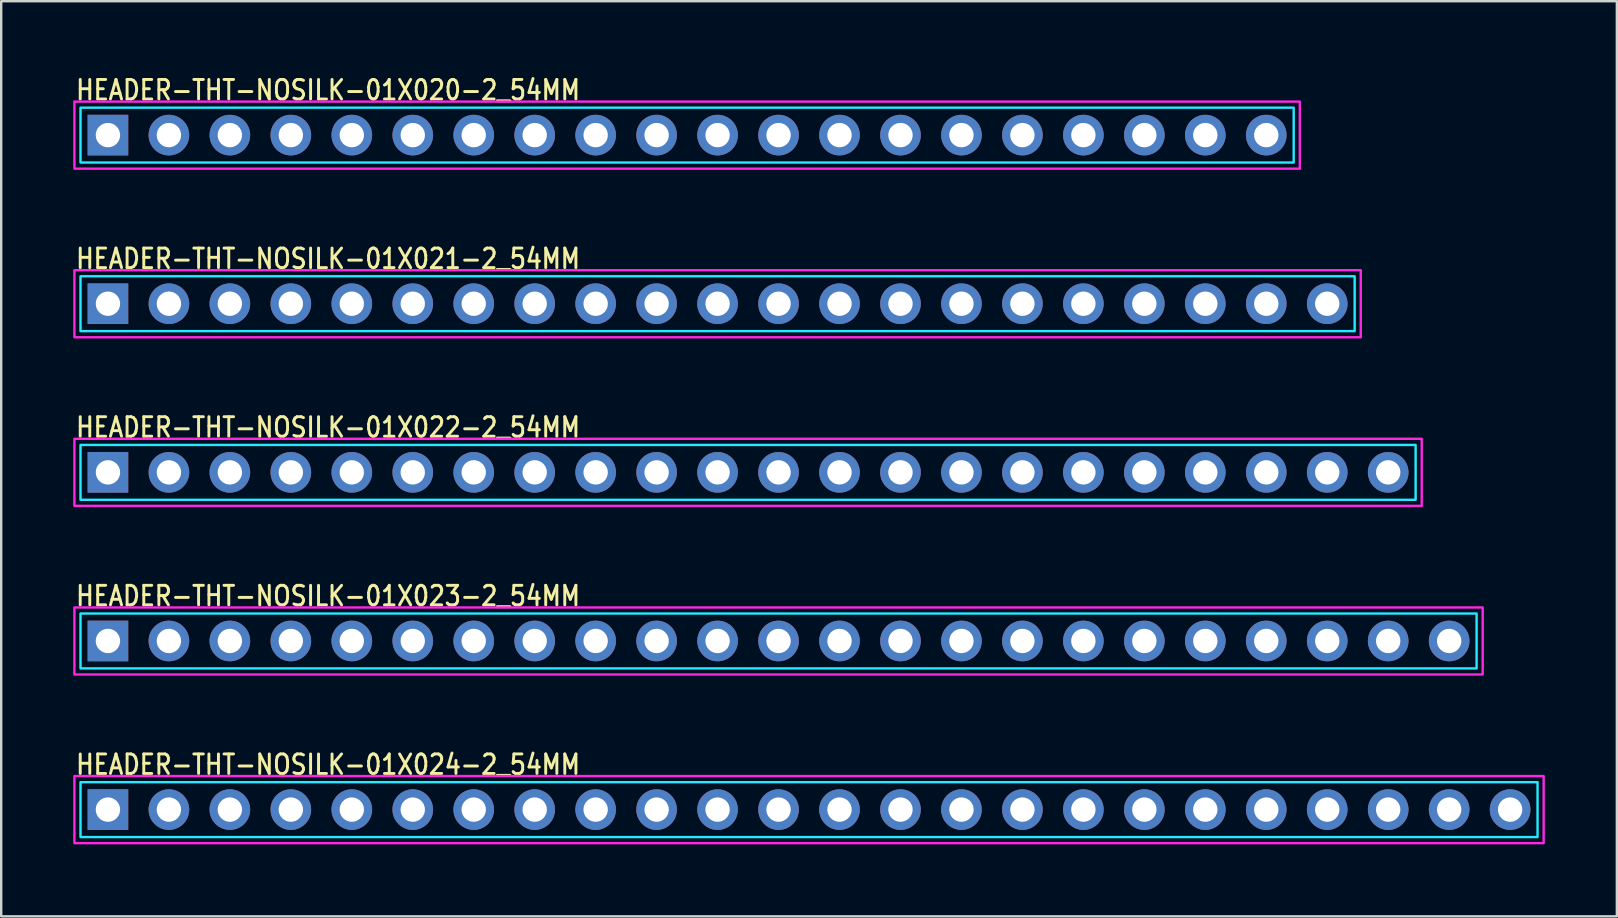
<source format=kicad_pcb>
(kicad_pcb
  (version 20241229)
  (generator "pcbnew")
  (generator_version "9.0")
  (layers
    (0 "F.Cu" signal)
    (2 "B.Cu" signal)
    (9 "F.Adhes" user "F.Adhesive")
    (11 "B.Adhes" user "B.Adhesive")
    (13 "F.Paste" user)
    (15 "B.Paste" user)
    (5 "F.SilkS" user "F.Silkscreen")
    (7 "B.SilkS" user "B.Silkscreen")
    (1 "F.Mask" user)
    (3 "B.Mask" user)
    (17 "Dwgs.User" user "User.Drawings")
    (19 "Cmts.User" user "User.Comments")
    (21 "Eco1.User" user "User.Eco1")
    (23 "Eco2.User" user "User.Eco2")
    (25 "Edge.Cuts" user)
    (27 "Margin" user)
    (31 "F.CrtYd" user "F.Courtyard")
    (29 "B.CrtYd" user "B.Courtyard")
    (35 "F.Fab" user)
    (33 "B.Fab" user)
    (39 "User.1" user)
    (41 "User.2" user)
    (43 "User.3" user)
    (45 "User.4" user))
  (footprint "HEADER-THT-NOSILK-01X023-2_54MM"
    (layer "F.Cu")
    (at 1.447 23.655)
    (property "Reference" "HEADER-THT-NOSILK-01X023-2_54MM" (at -1.4 -1.4 0) (unlocked yes) (layer "F.SilkS") (effects (font (size 0.813 0.695) (thickness 0.122)) (justify left bottom)))
    (fp_poly (pts (xy -1.143 -1.143) (xy 57.023 -1.143) (xy 57.023 1.143) (xy -1.143 1.143)) (stroke (width 0.1) (type solid)) (fill no) (layer "B.CrtYd"))
    (fp_poly (pts (xy -1.397 -1.397) (xy 57.277 -1.397) (xy 57.277 1.397) (xy -1.397 1.397)) (stroke (width 0.1) (type solid)) (fill no) (layer "F.CrtYd"))
    (pad "1" thru_hole rect (at 0 0) (size 1.693 1.693) (drill 1.016) (layers "*.Cu" "*.Mask"))
    (pad "2" thru_hole oval (at 2.54 0) (size 1.693 1.693) (drill 1.016) (layers "*.Cu" "*.Mask"))
    (pad "3" thru_hole oval (at 5.08 0) (size 1.693 1.693) (drill 1.016) (layers "*.Cu" "*.Mask"))
    (pad "4" thru_hole oval (at 7.62 0) (size 1.693 1.693) (drill 1.016) (layers "*.Cu" "*.Mask"))
    (pad "5" thru_hole oval (at 10.16 0) (size 1.693 1.693) (drill 1.016) (layers "*.Cu" "*.Mask"))
    (pad "6" thru_hole oval (at 12.7 0) (size 1.693 1.693) (drill 1.016) (layers "*.Cu" "*.Mask"))
    (pad "7" thru_hole oval (at 15.24 0) (size 1.693 1.693) (drill 1.016) (layers "*.Cu" "*.Mask"))
    (pad "8" thru_hole oval (at 17.78 0) (size 1.693 1.693) (drill 1.016) (layers "*.Cu" "*.Mask"))
    (pad "9" thru_hole oval (at 20.32 0) (size 1.693 1.693) (drill 1.016) (layers "*.Cu" "*.Mask"))
    (pad "10" thru_hole oval (at 22.86 0) (size 1.693 1.693) (drill 1.016) (layers "*.Cu" "*.Mask"))
    (pad "11" thru_hole oval (at 25.4 0) (size 1.693 1.693) (drill 1.016) (layers "*.Cu" "*.Mask"))
    (pad "12" thru_hole oval (at 27.94 0) (size 1.693 1.693) (drill 1.016) (layers "*.Cu" "*.Mask"))
    (pad "13" thru_hole oval (at 30.48 0) (size 1.693 1.693) (drill 1.016) (layers "*.Cu" "*.Mask"))
    (pad "14" thru_hole oval (at 33.02 0) (size 1.693 1.693) (drill 1.016) (layers "*.Cu" "*.Mask"))
    (pad "15" thru_hole oval (at 35.56 0) (size 1.693 1.693) (drill 1.016) (layers "*.Cu" "*.Mask"))
    (pad "16" thru_hole oval (at 38.1 0) (size 1.693 1.693) (drill 1.016) (layers "*.Cu" "*.Mask"))
    (pad "17" thru_hole oval (at 40.64 0) (size 1.693 1.693) (drill 1.016) (layers "*.Cu" "*.Mask"))
    (pad "18" thru_hole oval (at 43.18 0) (size 1.693 1.693) (drill 1.016) (layers "*.Cu" "*.Mask"))
    (pad "19" thru_hole oval (at 45.72 0) (size 1.693 1.693) (drill 1.016) (layers "*.Cu" "*.Mask"))
    (pad "20" thru_hole oval (at 48.26 0) (size 1.693 1.693) (drill 1.016) (layers "*.Cu" "*.Mask"))
    (pad "21" thru_hole oval (at 50.8 0) (size 1.693 1.693) (drill 1.016) (layers "*.Cu" "*.Mask"))
    (pad "22" thru_hole oval (at 53.34 0) (size 1.693 1.693) (drill 1.016) (layers "*.Cu" "*.Mask"))
    (pad "23" thru_hole oval (at 55.88 0) (size 1.693 1.693) (drill 1.016) (layers "*.Cu" "*.Mask")))
  (footprint "HEADER-THT-NOSILK-01X020-2_54MM"
    (layer "F.Cu")
    (at 1.447 2.579)
    (property "Reference" "HEADER-THT-NOSILK-01X020-2_54MM" (at -1.4 -1.4 0) (unlocked yes) (layer "F.SilkS") (effects (font (size 0.813 0.695) (thickness 0.122)) (justify left bottom)))
    (fp_poly (pts (xy -1.143 -1.143) (xy 49.403 -1.143) (xy 49.403 1.143) (xy -1.143 1.143)) (stroke (width 0.1) (type solid)) (fill no) (layer "B.CrtYd"))
    (fp_poly (pts (xy -1.397 -1.397) (xy 49.657 -1.397) (xy 49.657 1.397) (xy -1.397 1.397)) (stroke (width 0.1) (type solid)) (fill no) (layer "F.CrtYd"))
    (pad "1" thru_hole rect (at 0 0) (size 1.693 1.693) (drill 1.016) (layers "*.Cu" "*.Mask"))
    (pad "2" thru_hole oval (at 2.54 0) (size 1.693 1.693) (drill 1.016) (layers "*.Cu" "*.Mask"))
    (pad "3" thru_hole oval (at 5.08 0) (size 1.693 1.693) (drill 1.016) (layers "*.Cu" "*.Mask"))
    (pad "4" thru_hole oval (at 7.62 0) (size 1.693 1.693) (drill 1.016) (layers "*.Cu" "*.Mask"))
    (pad "5" thru_hole oval (at 10.16 0) (size 1.693 1.693) (drill 1.016) (layers "*.Cu" "*.Mask"))
    (pad "6" thru_hole oval (at 12.7 0) (size 1.693 1.693) (drill 1.016) (layers "*.Cu" "*.Mask"))
    (pad "7" thru_hole oval (at 15.24 0) (size 1.693 1.693) (drill 1.016) (layers "*.Cu" "*.Mask"))
    (pad "8" thru_hole oval (at 17.78 0) (size 1.693 1.693) (drill 1.016) (layers "*.Cu" "*.Mask"))
    (pad "9" thru_hole oval (at 20.32 0) (size 1.693 1.693) (drill 1.016) (layers "*.Cu" "*.Mask"))
    (pad "10" thru_hole oval (at 22.86 0) (size 1.693 1.693) (drill 1.016) (layers "*.Cu" "*.Mask"))
    (pad "11" thru_hole oval (at 25.4 0) (size 1.693 1.693) (drill 1.016) (layers "*.Cu" "*.Mask"))
    (pad "12" thru_hole oval (at 27.94 0) (size 1.693 1.693) (drill 1.016) (layers "*.Cu" "*.Mask"))
    (pad "13" thru_hole oval (at 30.48 0) (size 1.693 1.693) (drill 1.016) (layers "*.Cu" "*.Mask"))
    (pad "14" thru_hole oval (at 33.02 0) (size 1.693 1.693) (drill 1.016) (layers "*.Cu" "*.Mask"))
    (pad "15" thru_hole oval (at 35.56 0) (size 1.693 1.693) (drill 1.016) (layers "*.Cu" "*.Mask"))
    (pad "16" thru_hole oval (at 38.1 0) (size 1.693 1.693) (drill 1.016) (layers "*.Cu" "*.Mask"))
    (pad "17" thru_hole oval (at 40.64 0) (size 1.693 1.693) (drill 1.016) (layers "*.Cu" "*.Mask"))
    (pad "18" thru_hole oval (at 43.18 0) (size 1.693 1.693) (drill 1.016) (layers "*.Cu" "*.Mask"))
    (pad "19" thru_hole oval (at 45.72 0) (size 1.693 1.693) (drill 1.016) (layers "*.Cu" "*.Mask"))
    (pad "20" thru_hole oval (at 48.26 0) (size 1.693 1.693) (drill 1.016) (layers "*.Cu" "*.Mask")))
  (footprint "HEADER-THT-NOSILK-01X024-2_54MM"
    (layer "F.Cu")
    (at 1.447 30.681)
    (property "Reference" "HEADER-THT-NOSILK-01X024-2_54MM" (at -1.4 -1.4 0) (unlocked yes) (layer "F.SilkS") (effects (font (size 0.813 0.695) (thickness 0.122)) (justify left bottom)))
    (fp_poly (pts (xy -1.143 -1.143) (xy 59.563 -1.143) (xy 59.563 1.143) (xy -1.143 1.143)) (stroke (width 0.1) (type solid)) (fill no) (layer "B.CrtYd"))
    (fp_poly (pts (xy -1.397 -1.397) (xy 59.817 -1.397) (xy 59.817 1.397) (xy -1.397 1.397)) (stroke (width 0.1) (type solid)) (fill no) (layer "F.CrtYd"))
    (pad "1" thru_hole rect (at 0 0) (size 1.693 1.693) (drill 1.016) (layers "*.Cu" "*.Mask"))
    (pad "2" thru_hole oval (at 2.54 0) (size 1.693 1.693) (drill 1.016) (layers "*.Cu" "*.Mask"))
    (pad "3" thru_hole oval (at 5.08 0) (size 1.693 1.693) (drill 1.016) (layers "*.Cu" "*.Mask"))
    (pad "4" thru_hole oval (at 7.62 0) (size 1.693 1.693) (drill 1.016) (layers "*.Cu" "*.Mask"))
    (pad "5" thru_hole oval (at 10.16 0) (size 1.693 1.693) (drill 1.016) (layers "*.Cu" "*.Mask"))
    (pad "6" thru_hole oval (at 12.7 0) (size 1.693 1.693) (drill 1.016) (layers "*.Cu" "*.Mask"))
    (pad "7" thru_hole oval (at 15.24 0) (size 1.693 1.693) (drill 1.016) (layers "*.Cu" "*.Mask"))
    (pad "8" thru_hole oval (at 17.78 0) (size 1.693 1.693) (drill 1.016) (layers "*.Cu" "*.Mask"))
    (pad "9" thru_hole oval (at 20.32 0) (size 1.693 1.693) (drill 1.016) (layers "*.Cu" "*.Mask"))
    (pad "10" thru_hole oval (at 22.86 0) (size 1.693 1.693) (drill 1.016) (layers "*.Cu" "*.Mask"))
    (pad "11" thru_hole oval (at 25.4 0) (size 1.693 1.693) (drill 1.016) (layers "*.Cu" "*.Mask"))
    (pad "12" thru_hole oval (at 27.94 0) (size 1.693 1.693) (drill 1.016) (layers "*.Cu" "*.Mask"))
    (pad "13" thru_hole oval (at 30.48 0) (size 1.693 1.693) (drill 1.016) (layers "*.Cu" "*.Mask"))
    (pad "14" thru_hole oval (at 33.02 0) (size 1.693 1.693) (drill 1.016) (layers "*.Cu" "*.Mask"))
    (pad "15" thru_hole oval (at 35.56 0) (size 1.693 1.693) (drill 1.016) (layers "*.Cu" "*.Mask"))
    (pad "16" thru_hole oval (at 38.1 0) (size 1.693 1.693) (drill 1.016) (layers "*.Cu" "*.Mask"))
    (pad "17" thru_hole oval (at 40.64 0) (size 1.693 1.693) (drill 1.016) (layers "*.Cu" "*.Mask"))
    (pad "18" thru_hole oval (at 43.18 0) (size 1.693 1.693) (drill 1.016) (layers "*.Cu" "*.Mask"))
    (pad "19" thru_hole oval (at 45.72 0) (size 1.693 1.693) (drill 1.016) (layers "*.Cu" "*.Mask"))
    (pad "20" thru_hole oval (at 48.26 0) (size 1.693 1.693) (drill 1.016) (layers "*.Cu" "*.Mask"))
    (pad "21" thru_hole oval (at 50.8 0) (size 1.693 1.693) (drill 1.016) (layers "*.Cu" "*.Mask"))
    (pad "22" thru_hole oval (at 53.34 0) (size 1.693 1.693) (drill 1.016) (layers "*.Cu" "*.Mask"))
    (pad "23" thru_hole oval (at 55.88 0) (size 1.693 1.693) (drill 1.016) (layers "*.Cu" "*.Mask"))
    (pad "24" thru_hole oval (at 58.42 0) (size 1.693 1.693) (drill 1.016) (layers "*.Cu" "*.Mask")))
  (footprint "HEADER-THT-NOSILK-01X022-2_54MM"
    (layer "F.Cu")
    (at 1.447 16.63)
    (property "Reference" "HEADER-THT-NOSILK-01X022-2_54MM" (at -1.4 -1.4 0) (unlocked yes) (layer "F.SilkS") (effects (font (size 0.813 0.695) (thickness 0.122)) (justify left bottom)))
    (fp_poly (pts (xy -1.143 -1.143) (xy 54.483 -1.143) (xy 54.483 1.143) (xy -1.143 1.143)) (stroke (width 0.1) (type solid)) (fill no) (layer "B.CrtYd"))
    (fp_poly (pts (xy -1.397 -1.397) (xy 54.737 -1.397) (xy 54.737 1.397) (xy -1.397 1.397)) (stroke (width 0.1) (type solid)) (fill no) (layer "F.CrtYd"))
    (pad "1" thru_hole rect (at 0 0) (size 1.693 1.693) (drill 1.016) (layers "*.Cu" "*.Mask"))
    (pad "2" thru_hole oval (at 2.54 0) (size 1.693 1.693) (drill 1.016) (layers "*.Cu" "*.Mask"))
    (pad "3" thru_hole oval (at 5.08 0) (size 1.693 1.693) (drill 1.016) (layers "*.Cu" "*.Mask"))
    (pad "4" thru_hole oval (at 7.62 0) (size 1.693 1.693) (drill 1.016) (layers "*.Cu" "*.Mask"))
    (pad "5" thru_hole oval (at 10.16 0) (size 1.693 1.693) (drill 1.016) (layers "*.Cu" "*.Mask"))
    (pad "6" thru_hole oval (at 12.7 0) (size 1.693 1.693) (drill 1.016) (layers "*.Cu" "*.Mask"))
    (pad "7" thru_hole oval (at 15.24 0) (size 1.693 1.693) (drill 1.016) (layers "*.Cu" "*.Mask"))
    (pad "8" thru_hole oval (at 17.78 0) (size 1.693 1.693) (drill 1.016) (layers "*.Cu" "*.Mask"))
    (pad "9" thru_hole oval (at 20.32 0) (size 1.693 1.693) (drill 1.016) (layers "*.Cu" "*.Mask"))
    (pad "10" thru_hole oval (at 22.86 0) (size 1.693 1.693) (drill 1.016) (layers "*.Cu" "*.Mask"))
    (pad "11" thru_hole oval (at 25.4 0) (size 1.693 1.693) (drill 1.016) (layers "*.Cu" "*.Mask"))
    (pad "12" thru_hole oval (at 27.94 0) (size 1.693 1.693) (drill 1.016) (layers "*.Cu" "*.Mask"))
    (pad "13" thru_hole oval (at 30.48 0) (size 1.693 1.693) (drill 1.016) (layers "*.Cu" "*.Mask"))
    (pad "14" thru_hole oval (at 33.02 0) (size 1.693 1.693) (drill 1.016) (layers "*.Cu" "*.Mask"))
    (pad "15" thru_hole oval (at 35.56 0) (size 1.693 1.693) (drill 1.016) (layers "*.Cu" "*.Mask"))
    (pad "16" thru_hole oval (at 38.1 0) (size 1.693 1.693) (drill 1.016) (layers "*.Cu" "*.Mask"))
    (pad "17" thru_hole oval (at 40.64 0) (size 1.693 1.693) (drill 1.016) (layers "*.Cu" "*.Mask"))
    (pad "18" thru_hole oval (at 43.18 0) (size 1.693 1.693) (drill 1.016) (layers "*.Cu" "*.Mask"))
    (pad "19" thru_hole oval (at 45.72 0) (size 1.693 1.693) (drill 1.016) (layers "*.Cu" "*.Mask"))
    (pad "20" thru_hole oval (at 48.26 0) (size 1.693 1.693) (drill 1.016) (layers "*.Cu" "*.Mask"))
    (pad "21" thru_hole oval (at 50.8 0) (size 1.693 1.693) (drill 1.016) (layers "*.Cu" "*.Mask"))
    (pad "22" thru_hole oval (at 53.34 0) (size 1.693 1.693) (drill 1.016) (layers "*.Cu" "*.Mask")))
  (footprint "HEADER-THT-NOSILK-01X021-2_54MM"
    (layer "F.Cu")
    (at 1.447 9.604)
    (property "Reference" "HEADER-THT-NOSILK-01X021-2_54MM" (at -1.4 -1.4 0) (unlocked yes) (layer "F.SilkS") (effects (font (size 0.813 0.695) (thickness 0.122)) (justify left bottom)))
    (fp_poly (pts (xy -1.143 -1.143) (xy 51.943 -1.143) (xy 51.943 1.143) (xy -1.143 1.143)) (stroke (width 0.1) (type solid)) (fill no) (layer "B.CrtYd"))
    (fp_poly (pts (xy -1.397 -1.397) (xy 52.197 -1.397) (xy 52.197 1.397) (xy -1.397 1.397)) (stroke (width 0.1) (type solid)) (fill no) (layer "F.CrtYd"))
    (pad "1" thru_hole rect (at 0 0) (size 1.693 1.693) (drill 1.016) (layers "*.Cu" "*.Mask"))
    (pad "2" thru_hole oval (at 2.54 0) (size 1.693 1.693) (drill 1.016) (layers "*.Cu" "*.Mask"))
    (pad "3" thru_hole oval (at 5.08 0) (size 1.693 1.693) (drill 1.016) (layers "*.Cu" "*.Mask"))
    (pad "4" thru_hole oval (at 7.62 0) (size 1.693 1.693) (drill 1.016) (layers "*.Cu" "*.Mask"))
    (pad "5" thru_hole oval (at 10.16 0) (size 1.693 1.693) (drill 1.016) (layers "*.Cu" "*.Mask"))
    (pad "6" thru_hole oval (at 12.7 0) (size 1.693 1.693) (drill 1.016) (layers "*.Cu" "*.Mask"))
    (pad "7" thru_hole oval (at 15.24 0) (size 1.693 1.693) (drill 1.016) (layers "*.Cu" "*.Mask"))
    (pad "8" thru_hole oval (at 17.78 0) (size 1.693 1.693) (drill 1.016) (layers "*.Cu" "*.Mask"))
    (pad "9" thru_hole oval (at 20.32 0) (size 1.693 1.693) (drill 1.016) (layers "*.Cu" "*.Mask"))
    (pad "10" thru_hole oval (at 22.86 0) (size 1.693 1.693) (drill 1.016) (layers "*.Cu" "*.Mask"))
    (pad "11" thru_hole oval (at 25.4 0) (size 1.693 1.693) (drill 1.016) (layers "*.Cu" "*.Mask"))
    (pad "12" thru_hole oval (at 27.94 0) (size 1.693 1.693) (drill 1.016) (layers "*.Cu" "*.Mask"))
    (pad "13" thru_hole oval (at 30.48 0) (size 1.693 1.693) (drill 1.016) (layers "*.Cu" "*.Mask"))
    (pad "14" thru_hole oval (at 33.02 0) (size 1.693 1.693) (drill 1.016) (layers "*.Cu" "*.Mask"))
    (pad "15" thru_hole oval (at 35.56 0) (size 1.693 1.693) (drill 1.016) (layers "*.Cu" "*.Mask"))
    (pad "16" thru_hole oval (at 38.1 0) (size 1.693 1.693) (drill 1.016) (layers "*.Cu" "*.Mask"))
    (pad "17" thru_hole oval (at 40.64 0) (size 1.693 1.693) (drill 1.016) (layers "*.Cu" "*.Mask"))
    (pad "18" thru_hole oval (at 43.18 0) (size 1.693 1.693) (drill 1.016) (layers "*.Cu" "*.Mask"))
    (pad "19" thru_hole oval (at 45.72 0) (size 1.693 1.693) (drill 1.016) (layers "*.Cu" "*.Mask"))
    (pad "20" thru_hole oval (at 48.26 0) (size 1.693 1.693) (drill 1.016) (layers "*.Cu" "*.Mask"))
    (pad "21" thru_hole oval (at 50.8 0) (size 1.693 1.693) (drill 1.016) (layers "*.Cu" "*.Mask")))
  (gr_rect
    (start -3 -3)
    (end 64.314 35.128)
    (stroke (width 0.1) (type default))
    (fill no)
    (layer "Edge.Cuts")))
</source>
